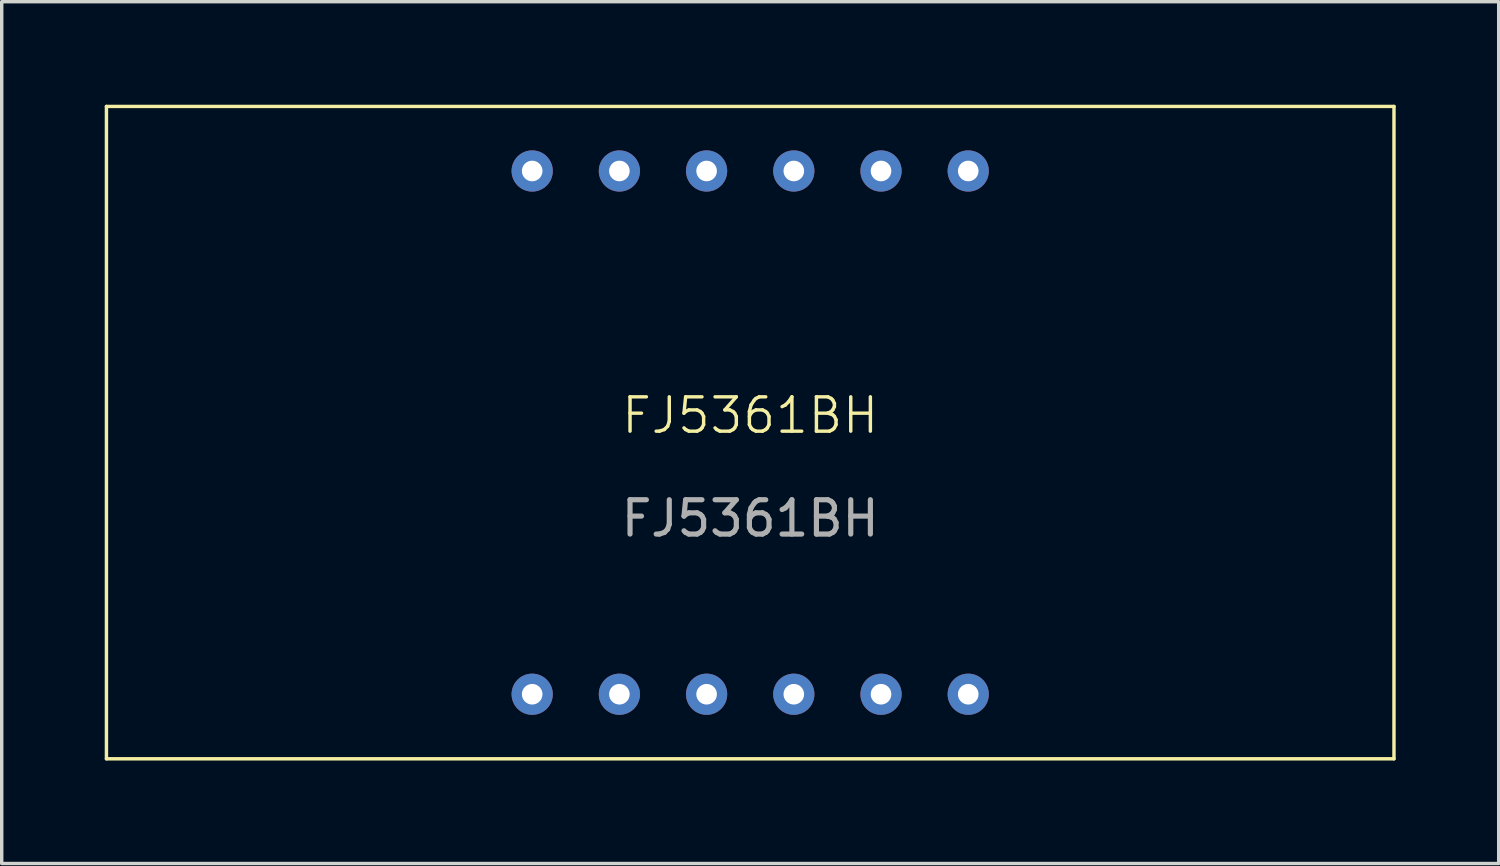
<source format=kicad_pcb>
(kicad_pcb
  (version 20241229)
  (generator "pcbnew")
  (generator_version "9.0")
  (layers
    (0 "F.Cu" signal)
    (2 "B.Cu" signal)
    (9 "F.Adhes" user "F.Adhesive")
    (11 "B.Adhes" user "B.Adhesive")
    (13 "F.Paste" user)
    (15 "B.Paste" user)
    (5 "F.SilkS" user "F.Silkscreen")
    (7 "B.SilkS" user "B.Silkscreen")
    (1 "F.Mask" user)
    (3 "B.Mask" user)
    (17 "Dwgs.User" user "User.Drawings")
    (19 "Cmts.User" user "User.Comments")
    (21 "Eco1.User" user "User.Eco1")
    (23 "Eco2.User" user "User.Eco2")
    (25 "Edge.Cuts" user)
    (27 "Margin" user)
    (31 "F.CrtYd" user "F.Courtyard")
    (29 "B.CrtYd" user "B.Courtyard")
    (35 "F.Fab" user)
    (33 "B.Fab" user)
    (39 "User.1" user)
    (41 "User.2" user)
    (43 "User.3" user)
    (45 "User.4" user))
  (footprint "FJ5361BH"
    (layer "F.Cu")
    (at 18.8 9.55)
    (property "Reference" "FJ5361BH" (at 0 -0.5 0) (unlocked yes) (layer "F.SilkS") (effects (font (size 1 1) (thickness 0.1))))
    (attr smd)
    (fp_line (start -18.75 -9.5) (end -18.75 9.5) (stroke (width 0.1) (type default)) (layer "F.SilkS"))
    (fp_line (start -18.75 -9.5) (end 18.75 -9.5) (stroke (width 0.1) (type default)) (layer "F.SilkS"))
    (fp_line (start -18.75 9.5) (end 18.75 9.5) (stroke (width 0.1) (type default)) (layer "F.SilkS"))
    (fp_line (start 18.75 -9.5) (end 18.75 9.5) (stroke (width 0.1) (type default)) (layer "F.SilkS"))
    (fp_text user "${REFERENCE}" (at 0 2.5 0) (unlocked yes) (layer "F.Fab") (effects (font (size 1 1) (thickness 0.15))))
    (pad "1" thru_hole circle (at -6.35 7.62) (size 1.2 1.2) (drill 0.6) (layers "*.Cu" "*.Mask"))
    (pad "2" thru_hole circle (at -3.81 7.62) (size 1.2 1.2) (drill 0.6) (layers "*.Cu" "*.Mask"))
    (pad "3" thru_hole circle (at -1.27 7.62) (size 1.2 1.2) (drill 0.6) (layers "*.Cu" "*.Mask"))
    (pad "4" thru_hole circle (at 1.27 7.62) (size 1.2 1.2) (drill 0.6) (layers "*.Cu" "*.Mask"))
    (pad "5" thru_hole circle (at 3.81 7.62) (size 1.2 1.2) (drill 0.6) (layers "*.Cu" "*.Mask"))
    (pad "6" thru_hole circle (at 6.35 7.62) (size 1.2 1.2) (drill 0.6) (layers "*.Cu" "*.Mask"))
    (pad "7" thru_hole circle (at 6.35 -7.62) (size 1.2 1.2) (drill 0.6) (layers "*.Cu" "*.Mask"))
    (pad "8" thru_hole circle (at 3.81 -7.62) (size 1.2 1.2) (drill 0.6) (layers "*.Cu" "*.Mask"))
    (pad "9" thru_hole circle (at 1.27 -7.62) (size 1.2 1.2) (drill 0.6) (layers "*.Cu" "*.Mask"))
    (pad "10" thru_hole circle (at -1.27 -7.62) (size 1.2 1.2) (drill 0.6) (layers "*.Cu" "*.Mask"))
    (pad "11" thru_hole circle (at -3.81 -7.62) (size 1.2 1.2) (drill 0.6) (layers "*.Cu" "*.Mask"))
    (pad "12" thru_hole circle (at -6.35 -7.62) (size 1.2 1.2) (drill 0.6) (layers "*.Cu" "*.Mask")))
  (gr_rect
    (start -3 -3)
    (end 40.6 22.1)
    (stroke (width 0.1) (type default))
    (fill no)
    (layer "Edge.Cuts")))
</source>
